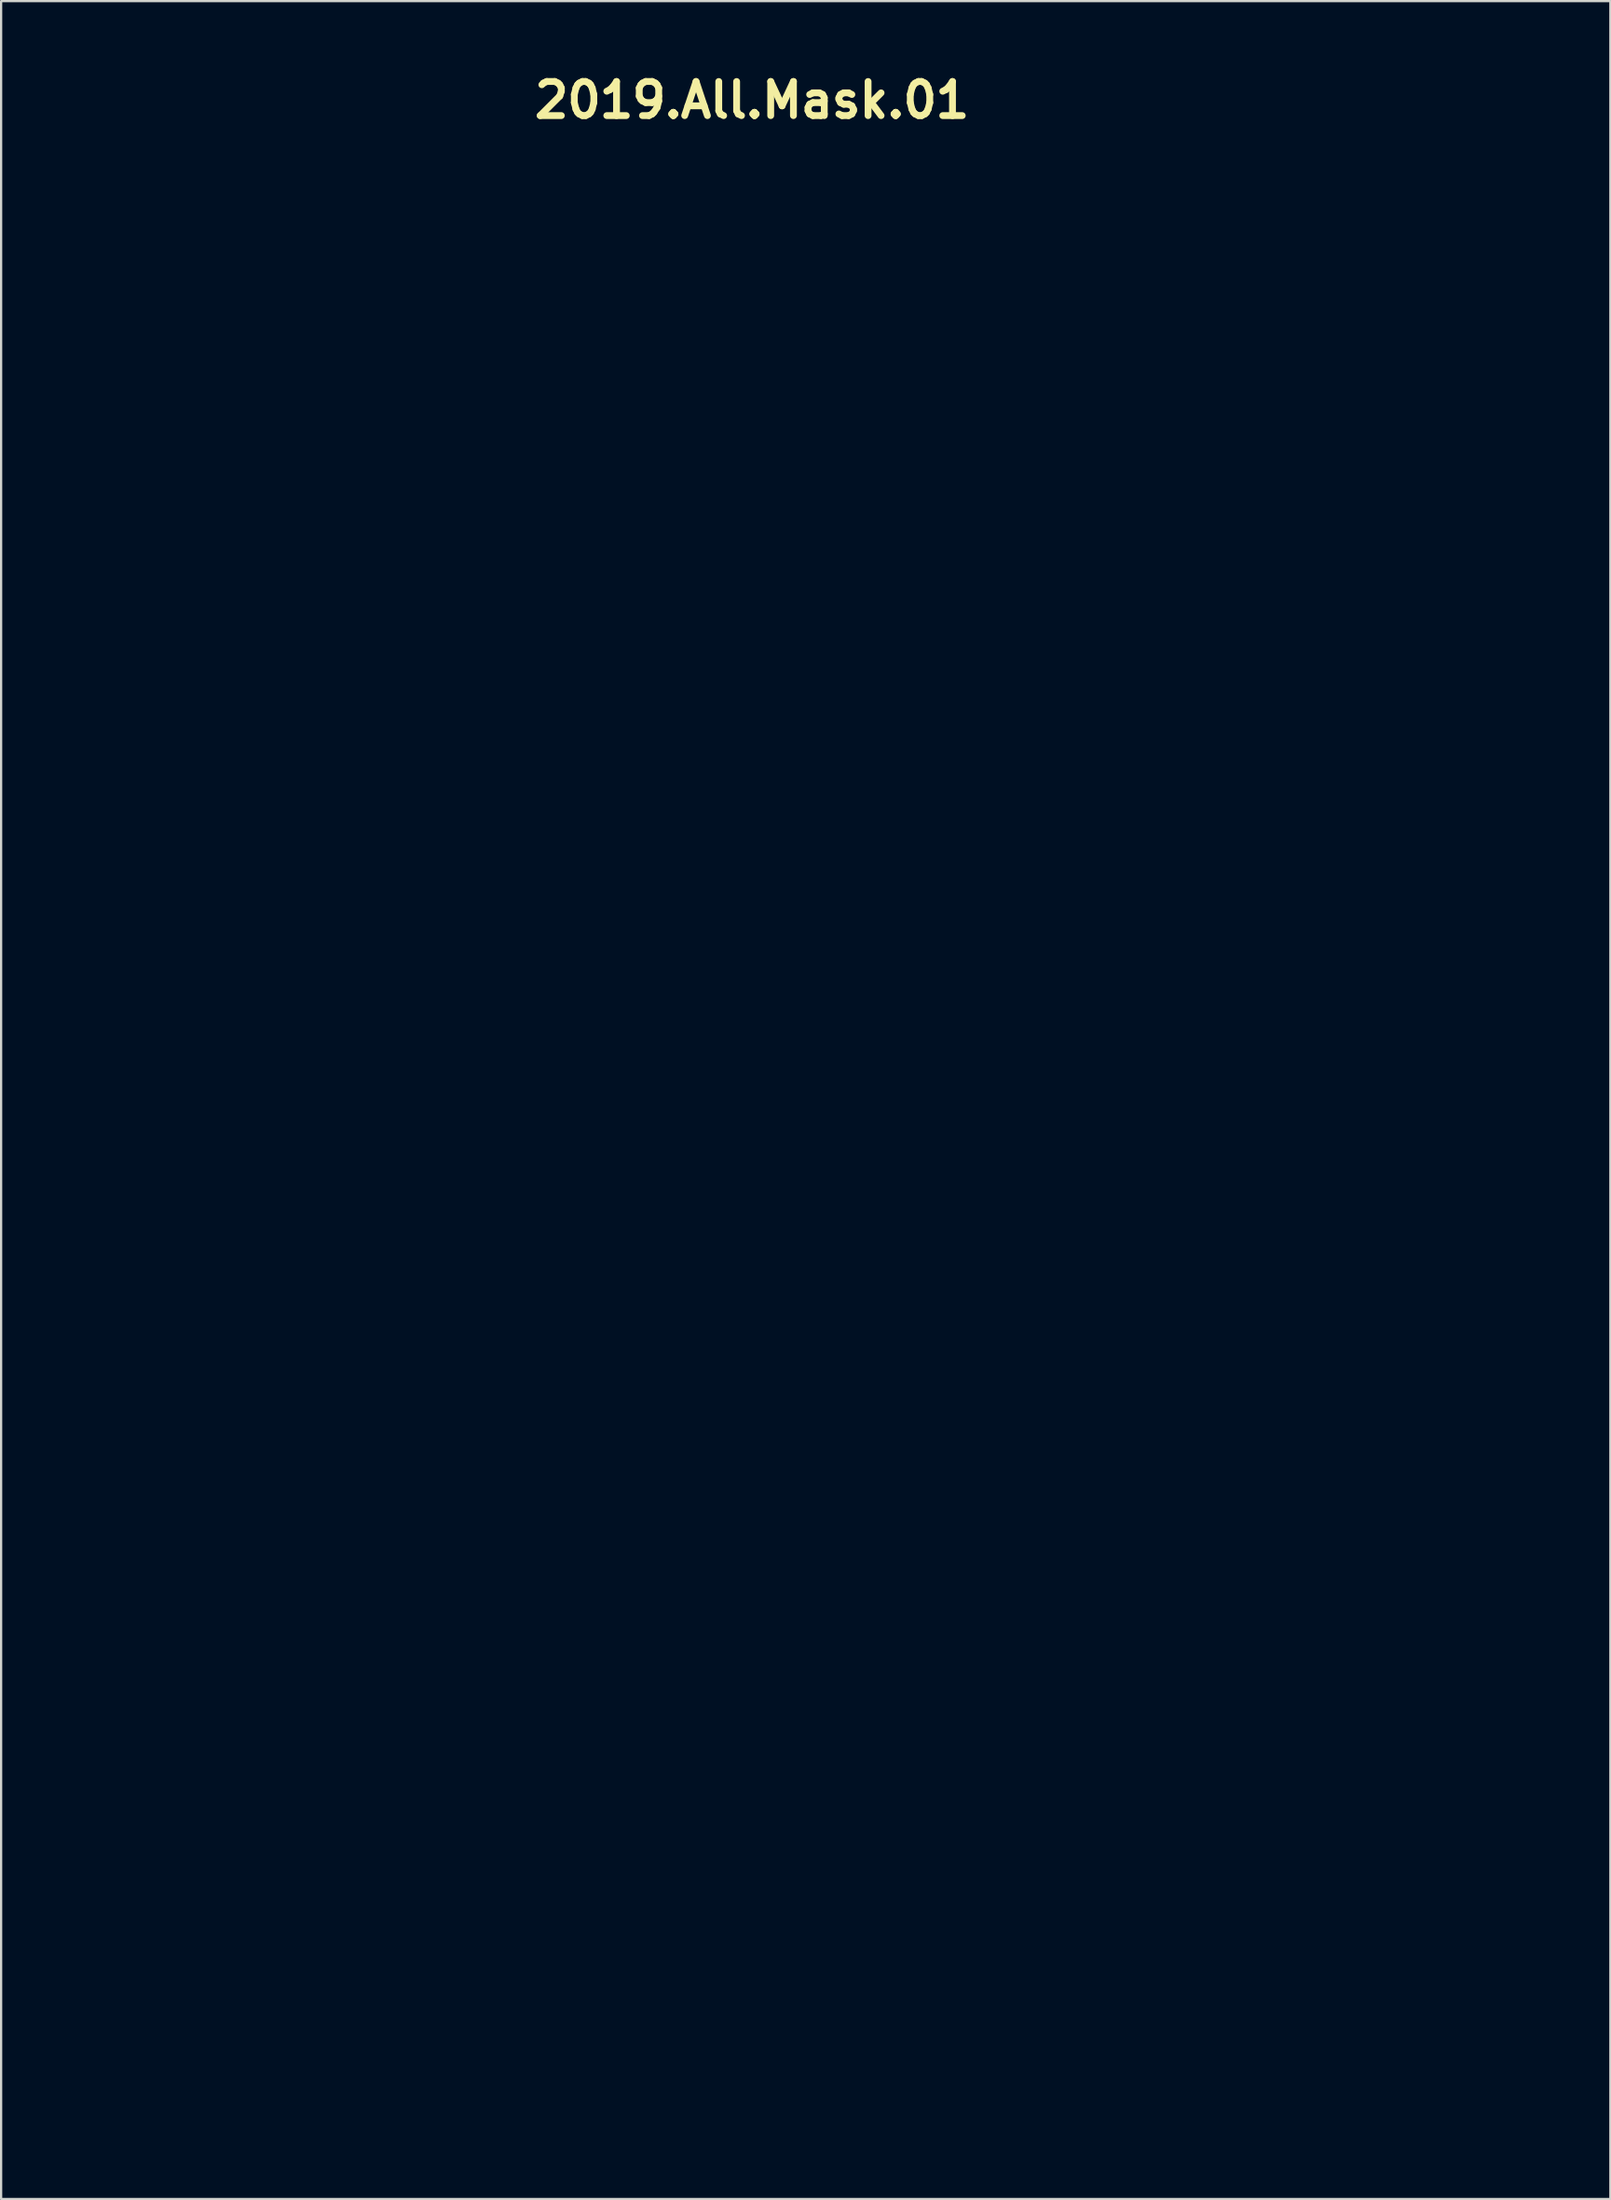
<source format=kicad_pcb>
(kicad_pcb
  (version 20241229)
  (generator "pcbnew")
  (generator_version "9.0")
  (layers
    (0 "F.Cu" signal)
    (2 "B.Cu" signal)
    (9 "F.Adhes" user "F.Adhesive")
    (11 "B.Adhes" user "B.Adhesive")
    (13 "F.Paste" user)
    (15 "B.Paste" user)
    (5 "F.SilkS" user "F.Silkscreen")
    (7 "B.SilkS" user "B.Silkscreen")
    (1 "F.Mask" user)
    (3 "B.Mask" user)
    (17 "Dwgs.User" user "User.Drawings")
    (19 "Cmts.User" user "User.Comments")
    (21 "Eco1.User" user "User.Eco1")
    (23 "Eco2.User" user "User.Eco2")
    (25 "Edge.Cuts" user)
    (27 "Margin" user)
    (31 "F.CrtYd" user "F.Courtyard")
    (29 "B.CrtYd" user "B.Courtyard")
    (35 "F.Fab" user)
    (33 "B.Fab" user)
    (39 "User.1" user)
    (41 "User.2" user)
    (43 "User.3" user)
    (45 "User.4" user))
  (footprint "2019.All.Mask.01"
    (layer "F.Cu")
    (at 30.577 48.353)
    (property "Reference" "2019.All.Mask.01" (at 0 -46.926 0) (layer "F.SilkS") (effects (font (size 1.524 1.524) (thickness 0.305))))
    (attr smd)
    (fp_poly (pts (xy -7.527 5.335) (xy -7.527 4.861) (xy -7.527 4.387) (xy -7.826 4.387) (xy -8.126 4.387) (xy -8.425 4.387) (xy -8.724 4.387) (xy -8.724 4.861) (xy -8.724 5.335) (xy -8.724 5.808) (xy -8.724 6.282) (xy -8.425 6.282) (xy -8.126 6.282) (xy -7.826 6.282) (xy -7.527 6.282) (xy -7.527 5.808) (xy -7.527 5.335)) (stroke (width 0) (type solid)) (fill yes) (layer "F.Mask"))
    (fp_poly (pts (xy -7.527 7.53) (xy -7.527 7.056) (xy -7.527 6.582) (xy -7.826 6.582) (xy -8.126 6.582) (xy -8.425 6.582) (xy -8.724 6.582) (xy -8.724 7.056) (xy -8.724 7.53) (xy -8.724 8.004) (xy -8.724 8.478) (xy -8.425 8.478) (xy -8.126 8.478) (xy -7.826 8.478) (xy -7.527 8.478) (xy -7.527 8.004) (xy -7.527 7.53)) (stroke (width 0) (type solid)) (fill yes) (layer "F.Mask"))
    (fp_poly (pts (xy -5.93 5.335) (xy -5.93 4.861) (xy -5.93 4.387) (xy -6.23 4.387) (xy -6.529 4.387) (xy -6.828 4.387) (xy -7.128 4.387) (xy -7.128 4.861) (xy -7.128 5.335) (xy -7.128 5.808) (xy -7.128 6.282) (xy -6.828 6.282) (xy -6.529 6.282) (xy -6.23 6.282) (xy -5.93 6.282) (xy -5.93 5.808) (xy -5.93 5.335)) (stroke (width 0) (type solid)) (fill yes) (layer "F.Mask"))
    (fp_poly (pts (xy -5.93 7.53) (xy -5.93 7.056) (xy -5.93 6.582) (xy -6.23 6.582) (xy -6.529 6.582) (xy -6.828 6.582) (xy -7.128 6.582) (xy -7.128 7.056) (xy -7.128 7.53) (xy -7.128 8.004) (xy -7.128 8.478) (xy -6.828 8.478) (xy -6.529 8.478) (xy -6.23 8.478) (xy -5.93 8.478) (xy -5.93 8.004) (xy -5.93 7.53)) (stroke (width 0) (type solid)) (fill yes) (layer "F.Mask"))
    (fp_poly (pts (xy -4.334 5.335) (xy -4.334 4.861) (xy -4.334 4.387) (xy -4.633 4.387) (xy -4.933 4.387) (xy -5.232 4.387) (xy -5.531 4.387) (xy -5.531 4.861) (xy -5.531 5.335) (xy -5.531 5.808) (xy -5.531 6.282) (xy -5.232 6.282) (xy -4.933 6.282) (xy -4.633 6.282) (xy -4.334 6.282) (xy -4.334 5.808) (xy -4.334 5.335)) (stroke (width 0) (type solid)) (fill yes) (layer "F.Mask"))
    (fp_poly (pts (xy -4.334 7.53) (xy -4.334 7.056) (xy -4.334 6.582) (xy -4.633 6.582) (xy -4.933 6.582) (xy -5.232 6.582) (xy -5.531 6.582) (xy -5.531 7.056) (xy -5.531 7.53) (xy -5.531 8.004) (xy -5.531 8.478) (xy -5.232 8.478) (xy -4.933 8.478) (xy -4.633 8.478) (xy -4.334 8.478) (xy -4.334 8.004) (xy -4.334 7.53)) (stroke (width 0) (type solid)) (fill yes) (layer "F.Mask"))
    (fp_poly (pts (xy -2.737 5.335) (xy -2.737 4.861) (xy -2.737 4.387) (xy -3.037 4.387) (xy -3.336 4.387) (xy -3.635 4.387) (xy -3.935 4.387) (xy -3.935 4.861) (xy -3.935 5.335) (xy -3.935 5.808) (xy -3.935 6.282) (xy -3.635 6.282) (xy -3.336 6.282) (xy -3.037 6.282) (xy -2.737 6.282) (xy -2.737 5.808) (xy -2.737 5.335)) (stroke (width 0) (type solid)) (fill yes) (layer "F.Mask"))
    (fp_poly (pts (xy -2.737 7.53) (xy -2.737 7.056) (xy -2.737 6.582) (xy -3.037 6.582) (xy -3.336 6.582) (xy -3.635 6.582) (xy -3.935 6.582) (xy -3.935 7.056) (xy -3.935 7.53) (xy -3.935 8.004) (xy -3.935 8.478) (xy -3.635 8.478) (xy -3.336 8.478) (xy -3.037 8.478) (xy -2.737 8.478) (xy -2.737 8.004) (xy -2.737 7.53)) (stroke (width 0) (type solid)) (fill yes) (layer "F.Mask"))
    (fp_poly (pts (xy -1.241 5.335) (xy -1.241 4.861) (xy -1.241 4.387) (xy -1.54 4.387) (xy -1.839 4.387) (xy -2.139 4.387) (xy -2.438 4.387) (xy -2.438 4.861) (xy -2.438 5.335) (xy -2.438 5.808) (xy -2.438 6.282) (xy -2.139 6.282) (xy -1.839 6.282) (xy -1.54 6.282) (xy -1.241 6.282) (xy -1.241 5.808) (xy -1.241 5.335)) (stroke (width 0) (type solid)) (fill yes) (layer "F.Mask"))
    (fp_poly (pts (xy -1.241 7.53) (xy -1.241 7.056) (xy -1.241 6.582) (xy -1.54 6.582) (xy -1.839 6.582) (xy -2.139 6.582) (xy -2.438 6.582) (xy -2.438 7.056) (xy -2.438 7.53) (xy -2.438 8.004) (xy -2.438 8.478) (xy -2.139 8.478) (xy -1.839 8.478) (xy -1.54 8.478) (xy -1.241 8.478) (xy -1.241 8.004) (xy -1.241 7.53)) (stroke (width 0) (type solid)) (fill yes) (layer "F.Mask"))
    (fp_poly (pts (xy 0.356 5.335) (xy 0.356 4.861) (xy 0.356 4.387) (xy 0.056 4.387) (xy -0.243 4.387) (xy -0.542 4.387) (xy -0.842 4.387) (xy -0.842 4.861) (xy -0.842 5.335) (xy -0.842 5.808) (xy -0.842 6.282) (xy -0.542 6.282) (xy -0.243 6.282) (xy 0.056 6.282) (xy 0.356 6.282) (xy 0.356 5.808) (xy 0.356 5.335)) (stroke (width 0) (type solid)) (fill yes) (layer "F.Mask"))
    (fp_poly (pts (xy 0.356 7.53) (xy 0.356 7.056) (xy 0.356 6.582) (xy 0.056 6.582) (xy -0.243 6.582) (xy -0.542 6.582) (xy -0.842 6.582) (xy -0.842 7.056) (xy -0.842 7.53) (xy -0.842 8.004) (xy -0.842 8.478) (xy -0.542 8.478) (xy -0.243 8.478) (xy 0.056 8.478) (xy 0.356 8.478) (xy 0.356 8.004) (xy 0.356 7.53)) (stroke (width 0) (type solid)) (fill yes) (layer "F.Mask"))
    (fp_poly (pts (xy 1.952 5.335) (xy 1.952 4.861) (xy 1.952 4.387) (xy 1.653 4.387) (xy 1.354 4.387) (xy 1.054 4.387) (xy 0.755 4.387) (xy 0.755 4.861) (xy 0.755 5.335) (xy 0.755 5.808) (xy 0.755 6.282) (xy 1.054 6.282) (xy 1.354 6.282) (xy 1.653 6.282) (xy 1.952 6.282) (xy 1.952 5.808) (xy 1.952 5.335)) (stroke (width 0) (type solid)) (fill yes) (layer "F.Mask"))
    (fp_poly (pts (xy 1.952 7.53) (xy 1.952 7.056) (xy 1.952 6.582) (xy 1.653 6.582) (xy 1.354 6.582) (xy 1.054 6.582) (xy 0.755 6.582) (xy 0.755 7.056) (xy 0.755 7.53) (xy 0.755 8.004) (xy 0.755 8.478) (xy 1.054 8.478) (xy 1.354 8.478) (xy 1.653 8.478) (xy 1.952 8.478) (xy 1.952 8.004) (xy 1.952 7.53)) (stroke (width 0) (type solid)) (fill yes) (layer "F.Mask"))
    (fp_poly (pts (xy 3.549 5.335) (xy 3.549 4.861) (xy 3.549 4.387) (xy 3.249 4.387) (xy 2.95 4.387) (xy 2.651 4.387) (xy 2.351 4.387) (xy 2.351 4.861) (xy 2.351 5.335) (xy 2.351 5.808) (xy 2.351 6.282) (xy 2.651 6.282) (xy 2.95 6.282) (xy 3.249 6.282) (xy 3.549 6.282) (xy 3.549 5.808) (xy 3.549 5.335)) (stroke (width 0) (type solid)) (fill yes) (layer "F.Mask"))
    (fp_poly (pts (xy 3.549 7.53) (xy 3.549 7.056) (xy 3.549 6.582) (xy 3.249 6.582) (xy 2.95 6.582) (xy 2.651 6.582) (xy 2.351 6.582) (xy 2.351 7.056) (xy 2.351 7.53) (xy 2.351 8.004) (xy 2.351 8.478) (xy 2.651 8.478) (xy 2.95 8.478) (xy 3.249 8.478) (xy 3.549 8.478) (xy 3.549 8.004) (xy 3.549 7.53)) (stroke (width 0) (type solid)) (fill yes) (layer "F.Mask"))
    (fp_poly (pts (xy 5.145 5.335) (xy 5.145 4.861) (xy 5.145 4.387) (xy 4.846 4.387) (xy 4.547 4.387) (xy 4.247 4.387) (xy 3.948 4.387) (xy 3.948 4.861) (xy 3.948 5.335) (xy 3.948 5.808) (xy 3.948 6.282) (xy 4.247 6.282) (xy 4.547 6.282) (xy 4.846 6.282) (xy 5.145 6.282) (xy 5.145 5.808) (xy 5.145 5.335)) (stroke (width 0) (type solid)) (fill yes) (layer "F.Mask"))
    (fp_poly (pts (xy 5.145 7.53) (xy 5.145 7.056) (xy 5.145 6.582) (xy 4.846 6.582) (xy 4.547 6.582) (xy 4.247 6.582) (xy 3.948 6.582) (xy 3.948 7.056) (xy 3.948 7.53) (xy 3.948 8.004) (xy 3.948 8.478) (xy 4.247 8.478) (xy 4.547 8.478) (xy 4.846 8.478) (xy 5.145 8.478) (xy 5.145 8.004) (xy 5.145 7.53)) (stroke (width 0) (type solid)) (fill yes) (layer "F.Mask"))
    (fp_poly (pts (xy 6.642 5.335) (xy 6.642 4.861) (xy 6.642 4.387) (xy 6.343 4.387) (xy 6.043 4.387) (xy 5.744 4.387) (xy 5.445 4.387) (xy 5.445 4.861) (xy 5.445 5.335) (xy 5.445 5.808) (xy 5.445 6.282) (xy 5.744 6.282) (xy 6.043 6.282) (xy 6.343 6.282) (xy 6.642 6.282) (xy 6.642 5.808) (xy 6.642 5.335)) (stroke (width 0) (type solid)) (fill yes) (layer "F.Mask"))
    (fp_poly (pts (xy 6.642 7.53) (xy 6.642 7.056) (xy 6.642 6.582) (xy 6.343 6.582) (xy 6.043 6.582) (xy 5.744 6.582) (xy 5.445 6.582) (xy 5.445 7.056) (xy 5.445 7.53) (xy 5.445 8.004) (xy 5.445 8.478) (xy 5.744 8.478) (xy 6.043 8.478) (xy 6.343 8.478) (xy 6.642 8.478) (xy 6.642 8.004) (xy 6.642 7.53)) (stroke (width 0) (type solid)) (fill yes) (layer "F.Mask"))
    (fp_poly (pts (xy 8.238 5.335) (xy 8.238 4.861) (xy 8.238 4.387) (xy 7.939 4.387) (xy 7.64 4.387) (xy 7.34 4.387) (xy 7.041 4.387) (xy 7.041 4.861) (xy 7.041 5.335) (xy 7.041 5.808) (xy 7.041 6.282) (xy 7.34 6.282) (xy 7.64 6.282) (xy 7.939 6.282) (xy 8.238 6.282) (xy 8.238 5.808) (xy 8.238 5.335)) (stroke (width 0) (type solid)) (fill yes) (layer "F.Mask"))
    (fp_poly (pts (xy 8.238 7.53) (xy 8.238 7.056) (xy 8.238 6.582) (xy 7.939 6.582) (xy 7.64 6.582) (xy 7.34 6.582) (xy 7.041 6.582) (xy 7.041 7.056) (xy 7.041 7.53) (xy 7.041 8.004) (xy 7.041 8.478) (xy 7.34 8.478) (xy 7.64 8.478) (xy 7.939 8.478) (xy 8.238 8.478) (xy 8.238 8.004) (xy 8.238 7.53)) (stroke (width 0) (type solid)) (fill yes) (layer "F.Mask"))
    (fp_poly (pts (xy 0.304 36.831) (xy 0.365 36.794) (xy 0.42 36.747) (xy 0.47 36.692) (xy 0.513 36.629) (xy 0.548 36.561) (xy 0.575 36.49) (xy 0.591 36.416) (xy 0.597 36.342) (xy 0.59 36.241) (xy 0.571 36.12) (xy 0.541 35.985) (xy 0.502 35.84) (xy 0.455 35.691) (xy 0.402 35.543) (xy 0.345 35.402) (xy 0.284 35.273) (xy 0.25 35.208) (xy 0.217 35.146) (xy 0.186 35.091) (xy 0.158 35.042) (xy 0.133 35.002) (xy 0.112 34.972) (xy 0.097 34.953) (xy 0.087 34.946) (xy 0.058 34.968) (xy 0.016 35.026) (xy -0.036 35.114) (xy -0.094 35.224) (xy -0.154 35.347) (xy -0.212 35.477) (xy -0.264 35.604) (xy -0.306 35.723) (xy -0.348 35.865) (xy -0.38 36.003) (xy -0.402 36.134) (xy -0.415 36.256) (xy -0.418 36.368) (xy -0.41 36.467) (xy -0.392 36.552) (xy -0.364 36.622) (xy -0.331 36.671) (xy -0.284 36.72) (xy -0.227 36.768) (xy -0.164 36.811) (xy -0.098 36.849) (xy -0.033 36.878) (xy 0.029 36.897) (xy 0.084 36.904) (xy 0.102 36.903) (xy 0.124 36.899) (xy 0.15 36.892) (xy 0.178 36.883) (xy 0.209 36.872) (xy 0.241 36.86) (xy 0.273 36.846) (xy 0.304 36.831) (xy 0.304 36.831) (xy 0.304 36.831)) (stroke (width 0) (type solid)) (fill yes) (layer "F.Mask"))
    (fp_poly (pts (xy -18.902 -39.143) (xy -19.893 -39.385) (xy -19.802 -39.36) (xy -19.721 -39.321) (xy -19.653 -39.268) (xy -19.604 -39.202) (xy -19.558 -39.111) (xy -19.527 -39.032) (xy -19.511 -38.962) (xy -19.509 -38.899) (xy -19.523 -38.839) (xy -19.552 -38.78) (xy -19.596 -38.72) (xy -19.657 -38.654) (xy -19.742 -38.583) (xy -19.831 -38.535) (xy -19.922 -38.509) (xy -20.013 -38.506) (xy -20.102 -38.524) (xy -20.186 -38.564) (xy -20.265 -38.625) (xy -20.335 -38.708) (xy -20.336 -38.708) (xy -20.383 -38.79) (xy -20.414 -38.875) (xy -20.428 -38.96) (xy -20.425 -39.044) (xy -20.406 -39.123) (xy -20.372 -39.197) (xy -20.322 -39.263) (xy -20.256 -39.319) (xy -20.174 -39.362) (xy -20.084 -39.386) (xy -19.988 -39.394) (xy -19.893 -39.385) (xy -18.902 -39.143) (xy -18.903 -39.69) (xy -23.043 -39.395) (xy -22.947 -39.387) (xy -22.86 -39.363) (xy -22.783 -39.324) (xy -22.718 -39.271) (xy -22.665 -39.206) (xy -22.626 -39.129) (xy -22.602 -39.042) (xy -22.594 -38.946) (xy -22.602 -38.85) (xy -22.626 -38.763) (xy -22.665 -38.687) (xy -22.718 -38.621) (xy -22.783 -38.569) (xy -22.86 -38.53) (xy -22.947 -38.506) (xy -23.043 -38.497) (xy -23.087 -38.5) (xy -23.133 -38.507) (xy -23.18 -38.518) (xy -23.226 -38.532) (xy -23.269 -38.55) (xy -23.309 -38.571) (xy -23.344 -38.593) (xy -23.372 -38.617) (xy -23.372 -38.617) (xy -23.455 -38.731) (xy -23.495 -38.857) (xy -23.496 -38.986) (xy -23.462 -39.111) (xy -23.396 -39.223) (xy -23.301 -39.313) (xy -23.183 -39.373) (xy -23.043 -39.395) (xy -18.903 -39.69) (xy -21.58 -39.176) (xy -21.509 -39.179) (xy -21.439 -39.16) (xy -21.376 -39.116) (xy -21.333 -39.053) (xy -21.313 -38.984) (xy -21.316 -38.912) (xy -21.339 -38.844) (xy -21.378 -38.785) (xy -21.431 -38.74) (xy -21.496 -38.715) (xy -21.57 -38.716) (xy -21.605 -38.726) (xy -21.64 -38.742) (xy -21.672 -38.764) (xy -21.702 -38.79) (xy -21.728 -38.82) (xy -21.75 -38.853) (xy -21.767 -38.887) (xy -21.777 -38.923) (xy -21.777 -38.923) (xy -21.777 -38.997) (xy -21.752 -39.061) (xy -21.708 -39.115) (xy -21.648 -39.154) (xy -21.58 -39.176) (xy -18.903 -39.69) (xy -18.907 -40.116) (xy -18.917 -40.437) (xy -18.933 -40.673) (xy -18.957 -40.841) (xy -18.993 -40.958) (xy -19.04 -41.043) (xy -19.102 -41.113) (xy -19.174 -41.176) (xy -19.264 -41.224) (xy -19.397 -41.259) (xy -19.593 -41.283) (xy -19.876 -41.299) (xy -20.269 -41.308) (xy -20.794 -41.312) (xy -21.474 -41.313) (xy -22.088 -41.312) (xy -22.584 -41.307) (xy -22.977 -41.298) (xy -23.279 -41.284) (xy -23.506 -41.263) (xy -23.671 -41.236) (xy -23.787 -41.201) (xy -23.869 -41.158) (xy -23.94 -41.102) (xy -23.994 -41.034) (xy -24.034 -40.933) (xy -24.061 -40.777) (xy -24.077 -40.545) (xy -24.086 -40.217) (xy -24.09 -39.772) (xy -24.091 -39.187) (xy -24.091 -38.96) (xy -24.091 -38.733) (xy -24.091 -38.506) (xy -24.091 -38.279) (xy -24.091 -38.052) (xy -24.091 -37.825) (xy -24.091 -37.599) (xy -24.091 -37.372) (xy -23.766 -37.372) (xy -23.442 -37.372) (xy -23.118 -37.372) (xy -22.793 -37.372) (xy -22.469 -37.372) (xy -22.145 -37.372) (xy -21.82 -37.372) (xy -21.496 -37.372) (xy -21.172 -37.372) (xy -20.848 -37.372) (xy -20.523 -37.372) (xy -20.199 -37.372) (xy -19.875 -37.372) (xy -19.55 -37.372) (xy -19.226 -37.372) (xy -18.902 -37.372) (xy -18.902 -37.593) (xy -18.902 -37.814) (xy -18.902 -38.036) (xy -18.902 -38.257) (xy -18.902 -38.479) (xy -18.902 -38.7) (xy -18.902 -38.921) (xy -18.902 -39.143)) (stroke (width 0) (type solid)) (fill yes) (layer "F.Mask"))
    (fp_poly (pts (xy 26.299 39.706) (xy 26.142 37.871) (xy 26.083 37.809) (xy 26.042 37.756) (xy 26.017 37.709) (xy 26.008 37.664) (xy 26.017 37.62) (xy 26.042 37.572) (xy 26.083 37.519) (xy 26.142 37.458) (xy 26.205 37.402) (xy 26.267 37.361) (xy 26.327 37.333) (xy 26.382 37.32) (xy 26.429 37.321) (xy 26.466 37.337) (xy 26.49 37.368) (xy 26.498 37.415) (xy 26.501 37.435) (xy 26.51 37.454) (xy 26.524 37.47) (xy 26.542 37.485) (xy 26.564 37.497) (xy 26.59 37.507) (xy 26.618 37.513) (xy 26.648 37.515) (xy 26.678 37.518) (xy 26.706 37.526) (xy 26.731 37.54) (xy 26.754 37.558) (xy 26.772 37.581) (xy 26.786 37.606) (xy 26.795 37.634) (xy 26.798 37.664) (xy 26.795 37.694) (xy 26.786 37.722) (xy 26.772 37.748) (xy 26.754 37.77) (xy 26.731 37.788) (xy 26.706 37.802) (xy 26.678 37.811) (xy 26.648 37.814) (xy 26.618 37.816) (xy 26.59 37.822) (xy 26.564 37.831) (xy 26.542 37.843) (xy 26.524 37.858) (xy 26.51 37.875) (xy 26.501 37.894) (xy 26.498 37.914) (xy 26.49 37.96) (xy 26.466 37.991) (xy 26.429 38.007) (xy 26.382 38.008) (xy 26.327 37.995) (xy 26.267 37.967) (xy 26.205 37.926) (xy 26.142 37.871) (xy 26.142 37.871) (xy 26.299 39.706) (xy 23.202 37.412) (xy 23.231 37.444) (xy 23.25 37.488) (xy 23.263 37.544) (xy 23.269 37.614) (xy 23.273 37.729) (xy 23.268 37.819) (xy 23.253 37.887) (xy 23.224 37.935) (xy 23.18 37.965) (xy 23.117 37.981) (xy 23.035 37.985) (xy 22.929 37.98) (xy 22.851 37.972) (xy 22.789 37.958) (xy 22.741 37.938) (xy 22.706 37.909) (xy 22.682 37.869) (xy 22.667 37.816) (xy 22.659 37.747) (xy 22.657 37.662) (xy 22.657 37.662) (xy 22.659 37.574) (xy 22.666 37.504) (xy 22.681 37.452) (xy 22.707 37.415) (xy 22.745 37.389) (xy 22.797 37.374) (xy 22.867 37.367) (xy 22.956 37.365) (xy 23.041 37.367) (xy 23.108 37.375) (xy 23.162 37.389) (xy 23.202 37.412) (xy 26.299 39.706) (xy 24.855 37.519) (xy 24.865 37.543) (xy 24.87 37.571) (xy 24.87 37.602) (xy 24.864 37.635) (xy 24.854 37.67) (xy 24.839 37.704) (xy 24.82 37.738) (xy 24.797 37.769) (xy 24.737 37.821) (xy 24.671 37.843) (xy 24.606 37.839) (xy 24.546 37.813) (xy 24.497 37.769) (xy 24.464 37.709) (xy 24.453 37.637) (xy 24.469 37.557) (xy 24.469 37.557) (xy 24.5 37.502) (xy 24.543 37.46) (xy 24.595 37.432) (xy 24.651 37.419) (xy 24.709 37.421) (xy 24.764 37.438) (xy 24.814 37.47) (xy 24.855 37.519) (xy 26.299 39.706) (xy 26.314 39.489) (xy 26.369 39.311) (xy 26.479 39.139) (xy 26.56 39.046) (xy 26.661 38.941) (xy 26.843 38.742) (xy 26.999 38.532) (xy 27.131 38.311) (xy 27.238 38.079) (xy 27.32 37.834) (xy 27.379 37.576) (xy 27.413 37.304) (xy 27.425 37.017) (xy 27.411 36.717) (xy 27.371 36.436) (xy 27.303 36.17) (xy 27.206 35.917) (xy 27.079 35.675) (xy 26.92 35.44) (xy 26.728 35.211) (xy 26.502 34.983) (xy 26.089 34.66) (xy 25.643 34.428) (xy 25.174 34.287) (xy 24.693 34.236) (xy 24.211 34.275) (xy 23.737 34.406) (xy 23.282 34.627) (xy 22.856 34.94) (xy 22.451 35.38) (xy 22.157 35.877) (xy 21.973 36.413) (xy 21.901 36.968) (xy 21.942 37.524) (xy 22.095 38.062) (xy 22.361 38.564) (xy 22.742 39.01) (xy 22.842 39.108) (xy 22.923 39.197) (xy 23.034 39.36) (xy 23.09 39.529) (xy 23.106 39.731) (xy 23.106 39.825) (xy 23.106 39.919) (xy 23.106 40.014) (xy 23.106 40.108) (xy 23.23 40.108) (xy 23.355 40.108) (xy 23.48 40.108) (xy 23.605 40.108) (xy 23.879 40.102) (xy 24.029 40.071) (xy 24.091 39.996) (xy 24.104 39.859) (xy 24.116 39.72) (xy 24.183 39.645) (xy 24.348 39.615) (xy 24.652 39.609) (xy 24.957 39.615) (xy 25.121 39.645) (xy 25.188 39.72) (xy 25.201 39.859) (xy 25.214 39.997) (xy 25.281 40.072) (xy 25.445 40.102) (xy 25.75 40.108) (xy 25.887 40.108) (xy 26.024 40.108) (xy 26.162 40.108) (xy 26.299 40.108) (xy 26.299 40.007) (xy 26.299 39.907) (xy 26.299 39.806) (xy 26.299 39.706)) (stroke (width 0) (type solid)) (fill yes) (layer "F.Mask"))
    (fp_poly (pts (xy 0.512 43.62) (xy 0.782 43.42) (xy 1.047 43.218) (xy 1.305 43.013) (xy 1.557 42.806) (xy 1.803 42.598) (xy 2.043 42.387) (xy 2.276 42.176) (xy 2.501 41.963) (xy 2.72 41.749) (xy 2.932 41.535) (xy 3.135 41.319) (xy 3.332 41.104) (xy 3.52 40.888) (xy 3.7 40.672) (xy 3.872 40.456) (xy 4.035 40.24) (xy 4.109 40.139) (xy 4.178 40.044) (xy 4.243 39.953) (xy 4.304 39.865) (xy 4.361 39.781) (xy 4.416 39.698) (xy 4.468 39.617) (xy 4.519 39.536) (xy 4.568 39.455) (xy 4.616 39.373) (xy 4.664 39.288) (xy 4.711 39.201) (xy 4.76 39.111) (xy 4.81 39.016) (xy 4.861 38.915) (xy 4.914 38.809) (xy 5.054 38.513) (xy 5.177 38.223) (xy 5.282 37.94) (xy 5.369 37.664) (xy 5.439 37.394) (xy 5.491 37.131) (xy 5.525 36.875) (xy 5.542 36.625) (xy 5.541 36.381) (xy 5.522 36.143) (xy 5.485 35.911) (xy 5.431 35.686) (xy 5.359 35.466) (xy 5.27 35.252) (xy 5.162 35.044) (xy 5.038 34.841) (xy 4.833 34.569) (xy 4.605 34.328) (xy 4.357 34.118) (xy 4.091 33.939) (xy 3.81 33.791) (xy 3.517 33.676) (xy 3.214 33.592) (xy 2.905 33.541) (xy 2.593 33.523) (xy 2.279 33.537) (xy 1.968 33.585) (xy 1.661 33.667) (xy 1.362 33.783) (xy 1.074 33.933) (xy 0.799 34.118) (xy 0.539 34.338) (xy 0.53 34.347) (xy 0.521 34.355) (xy 0.512 34.364) (xy 0.503 34.373) (xy 0.494 34.381) (xy 0.485 34.39) (xy 0.476 34.399) (xy 0.467 34.407) (xy 0.458 34.416) (xy 0.448 34.425) (xy 0.439 34.433) (xy 0.43 34.442) (xy 0.421 34.45) (xy 0.412 34.459) (xy 0.403 34.468) (xy 0.394 34.476) (xy 0.406 34.495) (xy 0.417 34.514) (xy 0.429 34.533) (xy 0.441 34.551) (xy 0.453 34.57) (xy 0.464 34.589) (xy 0.476 34.608) (xy 0.488 34.626) (xy 0.5 34.645) (xy 0.512 34.664) (xy 0.523 34.683) (xy 0.535 34.702) (xy 0.547 34.72) (xy 0.559 34.739) (xy 0.57 34.758) (xy 0.582 34.777) (xy 0.641 34.874) (xy 0.697 34.972) (xy 0.749 35.071) (xy 0.797 35.171) (xy 0.843 35.272) (xy 0.884 35.373) (xy 0.922 35.475) (xy 0.957 35.576) (xy 0.987 35.677) (xy 1.014 35.778) (xy 1.037 35.878) (xy 1.056 35.978) (xy 1.07 36.076) (xy 1.081 36.173) (xy 1.088 36.269) (xy 1.09 36.363) (xy 1.09 36.402) (xy 1.089 36.438) (xy 1.088 36.471) (xy 1.086 36.502) (xy 1.084 36.531) (xy 1.08 36.559) (xy 1.076 36.585) (xy 1.07 36.611) (xy 1.063 36.636) (xy 1.055 36.661) (xy 1.046 36.687) (xy 1.035 36.714) (xy 1.023 36.742) (xy 1.009 36.772) (xy 0.993 36.804) (xy 0.976 36.838) (xy 0.893 36.973) (xy 0.797 37.089) (xy 0.689 37.186) (xy 0.571 37.264) (xy 0.445 37.323) (xy 0.313 37.364) (xy 0.178 37.386) (xy 0.041 37.39) (xy -0.095 37.375) (xy -0.228 37.342) (xy -0.357 37.291) (xy -0.48 37.222) (xy -0.593 37.135) (xy -0.696 37.029) (xy -0.786 36.906) (xy -0.861 36.765) (xy -0.877 36.724) (xy -0.891 36.678) (xy -0.903 36.628) (xy -0.912 36.574) (xy -0.92 36.517) (xy -0.925 36.456) (xy -0.928 36.393) (xy -0.928 36.328) (xy -0.926 36.261) (xy -0.923 36.192) (xy -0.916 36.122) (xy -0.908 36.051) (xy -0.897 35.979) (xy -0.884 35.907) (xy -0.869 35.835) (xy -0.852 35.763) (xy -0.835 35.702) (xy -0.815 35.637) (xy -0.791 35.568) (xy -0.765 35.497) (xy -0.737 35.423) (xy -0.706 35.348) (xy -0.673 35.272) (xy -0.639 35.196) (xy -0.604 35.12) (xy -0.568 35.045) (xy -0.531 34.972) (xy -0.493 34.901) (xy -0.456 34.834) (xy -0.419 34.77) (xy -0.382 34.71) (xy -0.346 34.656) (xy -0.338 34.644) (xy -0.33 34.633) (xy -0.322 34.621) (xy -0.315 34.61) (xy -0.307 34.598) (xy -0.299 34.587) (xy -0.291 34.575) (xy -0.283 34.564) (xy -0.275 34.552) (xy -0.267 34.541) (xy -0.259 34.529) (xy -0.252 34.517) (xy -0.244 34.506) (xy -0.236 34.494) (xy -0.228 34.483) (xy -0.22 34.471) (xy -0.233 34.46) (xy -0.245 34.449) (xy -0.258 34.438) (xy -0.27 34.426) (xy -0.283 34.415) (xy -0.295 34.404) (xy -0.308 34.393) (xy -0.32 34.382) (xy -0.333 34.37) (xy -0.345 34.359) (xy -0.358 34.348) (xy -0.37 34.337) (xy -0.383 34.326) (xy -0.395 34.314) (xy -0.408 34.303) (xy -0.42 34.292) (xy -0.637 34.115) (xy -0.864 33.961) (xy -1.1 33.83) (xy -1.344 33.722) (xy -1.594 33.637) (xy -1.849 33.575) (xy -2.107 33.536) (xy -2.367 33.521) (xy -2.627 33.528) (xy -2.886 33.559) (xy -3.143 33.613) (xy -3.395 33.69) (xy -3.642 33.79) (xy -3.881 33.914) (xy -4.113 34.061) (xy -4.334 34.231) (xy -4.463 34.348) (xy -4.584 34.473) (xy -4.699 34.607) (xy -4.806 34.748) (xy -4.906 34.896) (xy -4.997 35.05) (xy -5.079 35.21) (xy -5.152 35.373) (xy -5.217 35.54) (xy -5.271 35.71) (xy -5.316 35.881) (xy -5.351 36.054) (xy -5.375 36.228) (xy -5.388 36.401) (xy -5.39 36.572) (xy -5.381 36.742) (xy -5.326 37.144) (xy -5.236 37.553) (xy -5.11 37.967) (xy -4.95 38.386) (xy -4.756 38.809) (xy -4.529 39.235) (xy -4.269 39.662) (xy -3.977 40.091) (xy -3.654 40.52) (xy -3.3 40.948) (xy -2.916 41.374) (xy -2.503 41.799) (xy -2.061 42.219) (xy -1.59 42.636) (xy -1.092 43.047) (xy -0.567 43.453) (xy -0.44 43.549) (xy -0.331 43.632) (xy -0.238 43.702) (xy -0.159 43.76) (xy -0.091 43.806) (xy -0.033 43.84) (xy 0.017 43.863) (xy 0.063 43.876) (xy 0.106 43.877) (xy 0.148 43.869) (xy 0.192 43.85) (xy 0.24 43.822) (xy 0.293 43.785) (xy 0.355 43.738) (xy 0.427 43.683) (xy 0.512 43.62) (xy 0.512 43.62) (xy 0.512 43.62) (xy 0.512 43.62) (xy 0.512 43.62)) (stroke (width 0) (type solid)) (fill yes) (layer "F.Mask"))
    (fp_poly (pts (xy 34.83 -10.45) (xy 33.789 -13.515) (xy 33.735 -13.587) (xy 33.703 -13.656) (xy 33.692 -13.723) (xy 33.703 -13.791) (xy 33.735 -13.86) (xy 33.789 -13.932) (xy 33.865 -14.007) (xy 33.923 -14.058) (xy 33.971 -14.092) (xy 34.014 -14.11) (xy 34.055 -14.111) (xy 34.098 -14.093) (xy 34.147 -14.057) (xy 34.207 -14.001) (xy 34.28 -13.924) (xy 34.355 -13.843) (xy 34.409 -13.779) (xy 34.443 -13.727) (xy 34.457 -13.682) (xy 34.453 -13.639) (xy 34.43 -13.593) (xy 34.39 -13.54) (xy 34.332 -13.475) (xy 34.258 -13.395) (xy 34.199 -13.338) (xy 34.148 -13.302) (xy 34.102 -13.288) (xy 34.056 -13.295) (xy 34.004 -13.323) (xy 33.942 -13.371) (xy 33.865 -13.44) (xy 33.865 -13.44) (xy 33.865 -13.44) (xy 33.789 -13.515) (xy 34.83 -10.45) (xy 29.95 -14.058) (xy 30.008 -14.007) (xy 30.082 -13.935) (xy 30.135 -13.868) (xy 30.168 -13.805) (xy 30.18 -13.743) (xy 30.172 -13.68) (xy 30.143 -13.613) (xy 30.094 -13.539) (xy 30.025 -13.457) (xy 29.953 -13.381) (xy 29.893 -13.328) (xy 29.839 -13.296) (xy 29.788 -13.287) (xy 29.737 -13.3) (xy 29.681 -13.336) (xy 29.617 -13.394) (xy 29.541 -13.475) (xy 29.541 -13.475) (xy 29.541 -13.475) (xy 29.541 -13.475) (xy 29.541 -13.475) (xy 29.541 -13.475) (xy 29.483 -13.54) (xy 29.442 -13.593) (xy 29.42 -13.639) (xy 29.415 -13.682) (xy 29.43 -13.727) (xy 29.464 -13.779) (xy 29.518 -13.843) (xy 29.592 -13.924) (xy 29.666 -14.001) (xy 29.725 -14.057) (xy 29.775 -14.093) (xy 29.818 -14.111) (xy 29.859 -14.11) (xy 29.902 -14.092) (xy 29.95 -14.058) (xy 34.83 -10.45) (xy 32.106 -13.893) (xy 32.15 -13.831) (xy 32.169 -13.761) (xy 32.166 -13.689) (xy 32.144 -13.621) (xy 32.105 -13.562) (xy 32.051 -13.517) (xy 31.987 -13.492) (xy 31.913 -13.493) (xy 31.877 -13.503) (xy 31.843 -13.52) (xy 31.81 -13.541) (xy 31.78 -13.568) (xy 31.754 -13.597) (xy 31.732 -13.63) (xy 31.716 -13.665) (xy 31.706 -13.7) (xy 31.706 -13.7) (xy 31.705 -13.774) (xy 31.73 -13.839) (xy 31.775 -13.892) (xy 31.834 -13.931) (xy 31.902 -13.953) (xy 31.974 -13.956) (xy 32.044 -13.937) (xy 32.106 -13.893) (xy 34.83 -10.45) (xy 31.209 -15.619) (xy 31.136 -15.765) (xy 31.093 -15.927) (xy 31.081 -16.096) (xy 31.099 -16.267) (xy 31.147 -16.433) (xy 31.225 -16.587) (xy 31.333 -16.722) (xy 31.553 -16.885) (xy 31.792 -16.966) (xy 32.034 -16.972) (xy 32.265 -16.908) (xy 32.47 -16.782) (xy 32.635 -16.599) (xy 32.745 -16.367) (xy 32.785 -16.09) (xy 32.746 -15.812) (xy 32.639 -15.58) (xy 32.477 -15.402) (xy 32.273 -15.282) (xy 32.042 -15.226) (xy 31.796 -15.239) (xy 31.548 -15.327) (xy 31.313 -15.495) (xy 31.313 -15.495) (xy 31.209 -15.619) (xy 34.83 -10.45) (xy 34.925 -10.475) (xy 35.008 -10.503) (xy 35.08 -10.535) (xy 35.142 -10.575) (xy 35.195 -10.628) (xy 35.239 -10.696) (xy 35.276 -10.783) (xy 35.306 -10.892) (xy 35.329 -11.028) (xy 35.347 -11.192) (xy 35.36 -11.39) (xy 35.368 -11.623) (xy 35.374 -11.897) (xy 35.377 -12.214) (xy 35.379 -12.577) (xy 35.379 -12.991) (xy 35.379 -13.263) (xy 35.379 -13.536) (xy 35.379 -13.808) (xy 35.379 -14.081) (xy 35.379 -14.353) (xy 35.379 -14.625) (xy 35.379 -14.898) (xy 35.379 -15.17) (xy 35.329 -15.17) (xy 35.279 -15.17) (xy 35.229 -15.17) (xy 35.179 -15.17) (xy 35.129 -15.17) (xy 35.08 -15.17) (xy 35.03 -15.17) (xy 34.98 -15.17) (xy 34.93 -15.17) (xy 34.88 -15.17) (xy 34.83 -15.17) (xy 34.78 -15.17) (xy 34.73 -15.17) (xy 34.68 -15.17) (xy 34.631 -15.17) (xy 34.581 -15.17) (xy 34.581 -15.276) (xy 34.581 -15.382) (xy 34.581 -15.488) (xy 34.581 -15.594) (xy 34.581 -15.701) (xy 34.581 -15.807) (xy 34.581 -15.913) (xy 34.581 -16.019) (xy 34.581 -16.125) (xy 34.581 -16.231) (xy 34.581 -16.337) (xy 34.581 -16.443) (xy 34.581 -16.549) (xy 34.581 -16.655) (xy 34.581 -16.761) (xy 34.581 -16.867) (xy 34.631 -16.867) (xy 34.68 -16.867) (xy 34.73 -16.867) (xy 34.78 -16.867) (xy 34.83 -16.867) (xy 34.88 -16.867) (xy 34.93 -16.867) (xy 34.98 -16.867) (xy 35.099 -16.868) (xy 35.192 -16.874) (xy 35.262 -16.886) (xy 35.313 -16.907) (xy 35.346 -16.937) (xy 35.367 -16.98) (xy 35.376 -17.036) (xy 35.379 -17.109) (xy 35.374 -17.164) (xy 35.36 -17.222) (xy 35.337 -17.282) (xy 35.306 -17.341) (xy 35.267 -17.4) (xy 35.222 -17.456) (xy 35.172 -17.509) (xy 35.116 -17.558) (xy 35.022 -17.624) (xy 34.906 -17.674) (xy 34.737 -17.711) (xy 34.481 -17.736) (xy 34.106 -17.752) (xy 33.579 -17.76) (xy 32.866 -17.764) (xy 31.936 -17.765) (xy 31.006 -17.764) (xy 30.294 -17.76) (xy 29.767 -17.752) (xy 29.391 -17.736) (xy 29.136 -17.711) (xy 28.966 -17.674) (xy 28.851 -17.624) (xy 28.757 -17.558) (xy 28.701 -17.509) (xy 28.65 -17.456) (xy 28.606 -17.4) (xy 28.567 -17.341) (xy 28.536 -17.282) (xy 28.513 -17.222) (xy 28.499 -17.164) (xy 28.494 -17.109) (xy 28.497 -17.036) (xy 28.506 -16.98) (xy 28.526 -16.937) (xy 28.56 -16.907) (xy 28.61 -16.886) (xy 28.681 -16.874) (xy 28.774 -16.868) (xy 28.893 -16.867) (xy 28.943 -16.867) (xy 28.993 -16.867) (xy 29.043 -16.867) (xy 29.093 -16.867) (xy 29.143 -16.867) (xy 29.192 -16.867) (xy 29.242 -16.867) (xy 29.292 -16.867) (xy 29.292 -16.761) (xy 29.292 -16.655) (xy 29.292 -16.549) (xy 29.292 -16.443) (xy 29.292 -16.337) (xy 29.292 -16.231) (xy 29.292 -16.125) (xy 29.292 -16.019) (xy 29.292 -15.913) (xy 29.292 -15.807) (xy 29.292 -15.7) (xy 29.292 -15.594) (xy 29.292 -15.488) (xy 29.292 -15.382) (xy 29.292 -15.276) (xy 29.292 -15.17) (xy 29.242 -15.17) (xy 29.192 -15.17) (xy 29.143 -15.17) (xy 29.093 -15.17) (xy 29.043 -15.17) (xy 28.993 -15.17) (xy 28.943 -15.17) (xy 28.893 -15.17) (xy 28.843 -15.17) (xy 28.793 -15.17) (xy 28.743 -15.17) (xy 28.694 -15.17) (xy 28.644 -15.17) (xy 28.594 -15.17) (xy 28.544 -15.17) (xy 28.494 -15.17) (xy 28.494 -14.898) (xy 28.494 -14.625) (xy 28.494 -14.353) (xy 28.494 -14.081) (xy 28.494 -13.808) (xy 28.494 -13.536) (xy 28.494 -13.263) (xy 28.494 -12.991) (xy 28.494 -12.622) (xy 28.495 -12.297) (xy 28.496 -12.012) (xy 28.498 -11.765) (xy 28.502 -11.552) (xy 28.507 -11.371) (xy 28.514 -11.218) (xy 28.523 -11.091) (xy 28.535 -10.986) (xy 28.549 -10.9) (xy 28.566 -10.831) (xy 28.586 -10.774) (xy 28.61 -10.728) (xy 28.637 -10.689) (xy 28.668 -10.655) (xy 28.704 -10.621) (xy 28.741 -10.59) (xy 28.783 -10.562) (xy 28.832 -10.538) (xy 28.892 -10.516) (xy 28.966 -10.498) (xy 29.059 -10.482) (xy 29.174 -10.468) (xy 29.314 -10.457) (xy 29.483 -10.448) (xy 29.685 -10.44) (xy 29.922 -10.434) (xy 30.199 -10.428) (xy 30.519 -10.424) (xy 30.885 -10.421) (xy 31.302 -10.418) (xy 31.772 -10.415) (xy 32.064 -10.413) (xy 32.35 -10.412) (xy 32.629 -10.412) (xy 32.898 -10.412) (xy 33.156 -10.413) (xy 33.401 -10.414) (xy 33.633 -10.416) (xy 33.849 -10.418) (xy 34.048 -10.421) (xy 34.229 -10.424) (xy 34.389 -10.427) (xy 34.527 -10.431) (xy 34.642 -10.435) (xy 34.732 -10.44) (xy 34.795 -10.445) (xy 34.83 -10.45) (xy 34.83 -10.45)) (stroke (width 0) (type solid)) (fill yes) (layer "F.Mask"))
    (fp_poly (pts (xy 19.91 -35.331) (xy 18.272 -36.979) (xy 18.282 -36.968) (xy 18.291 -36.956) (xy 18.298 -36.944) (xy 18.304 -36.931) (xy 18.309 -36.917) (xy 18.313 -36.903) (xy 18.315 -36.888) (xy 18.316 -36.873) (xy 18.315 -36.858) (xy 18.313 -36.843) (xy 18.309 -36.828) (xy 18.304 -36.815) (xy 18.298 -36.802) (xy 18.291 -36.789) (xy 18.282 -36.778) (xy 18.272 -36.767) (xy 18.262 -36.757) (xy 18.25 -36.749) (xy 18.238 -36.741) (xy 18.225 -36.735) (xy 18.211 -36.73) (xy 18.197 -36.726) (xy 18.182 -36.724) (xy 18.167 -36.723) (xy 18.151 -36.722) (xy 18.136 -36.72) (xy 18.122 -36.716) (xy 18.108 -36.711) (xy 18.095 -36.705) (xy 18.083 -36.697) (xy 18.072 -36.689) (xy 18.061 -36.679) (xy 18.051 -36.668) (xy 18.043 -36.657) (xy 18.035 -36.645) (xy 18.029 -36.632) (xy 18.024 -36.618) (xy 18.02 -36.603) (xy 18.018 -36.589) (xy 18.017 -36.573) (xy 18.016 -36.558) (xy 18.014 -36.543) (xy 18.01 -36.529) (xy 18.005 -36.515) (xy 17.999 -36.502) (xy 17.991 -36.49) (xy 17.983 -36.478) (xy 17.973 -36.468) (xy 17.962 -36.458) (xy 17.951 -36.449) (xy 17.938 -36.442) (xy 17.925 -36.436) (xy 17.912 -36.431) (xy 17.897 -36.427) (xy 17.882 -36.425) (xy 17.867 -36.424) (xy 17.852 -36.425) (xy 17.837 -36.427) (xy 17.823 -36.431) (xy 17.809 -36.436) (xy 17.796 -36.442) (xy 17.784 -36.449) (xy 17.772 -36.458) (xy 17.761 -36.468) (xy 17.752 -36.478) (xy 17.743 -36.49) (xy 17.736 -36.502) (xy 17.729 -36.515) (xy 17.724 -36.529) (xy 17.721 -36.543) (xy 17.718 -36.558) (xy 17.717 -36.573) (xy 17.717 -36.589) (xy 17.714 -36.603) (xy 17.711 -36.618) (xy 17.706 -36.632) (xy 17.699 -36.645) (xy 17.692 -36.657) (xy 17.683 -36.668) (xy 17.673 -36.679) (xy 17.663 -36.689) (xy 17.651 -36.697) (xy 17.639 -36.705) (xy 17.626 -36.711) (xy 17.612 -36.716) (xy 17.598 -36.72) (xy 17.583 -36.722) (xy 17.568 -36.723) (xy 17.553 -36.724) (xy 17.538 -36.726) (xy 17.523 -36.73) (xy 17.51 -36.735) (xy 17.497 -36.741) (xy 17.484 -36.749) (xy 17.473 -36.757) (xy 17.462 -36.767) (xy 17.452 -36.778) (xy 17.444 -36.789) (xy 17.436 -36.802) (xy 17.43 -36.815) (xy 17.425 -36.828) (xy 17.421 -36.843) (xy 17.419 -36.858) (xy 17.418 -36.873) (xy 17.419 -36.888) (xy 17.421 -36.903) (xy 17.425 -36.917) (xy 17.43 -36.931) (xy 17.436 -36.944) (xy 17.444 -36.956) (xy 17.452 -36.968) (xy 17.462 -36.979) (xy 17.473 -36.988) (xy 17.484 -36.997) (xy 17.497 -37.004) (xy 17.51 -37.011) (xy 17.523 -37.016) (xy 17.538 -37.019) (xy 17.553 -37.022) (xy 17.568 -37.023) (xy 17.583 -37.023) (xy 17.598 -37.026) (xy 17.612 -37.029) (xy 17.626 -37.034) (xy 17.639 -37.041) (xy 17.651 -37.048) (xy 17.663 -37.057) (xy 17.673 -37.066) (xy 17.683 -37.077) (xy 17.692 -37.089) (xy 17.699 -37.101) (xy 17.706 -37.114) (xy 17.711 -37.128) (xy 17.714 -37.142) (xy 17.717 -37.157) (xy 17.717 -37.172) (xy 17.718 -37.187) (xy 17.721 -37.202) (xy 17.724 -37.217) (xy 17.729 -37.23) (xy 17.736 -37.243) (xy 17.743 -37.256) (xy 17.752 -37.267) (xy 17.761 -37.278) (xy 17.772 -37.288) (xy 17.784 -37.296) (xy 17.796 -37.304) (xy 17.809 -37.31) (xy 17.823 -37.315) (xy 17.837 -37.319) (xy 17.852 -37.321) (xy 17.867 -37.322) (xy 17.882 -37.321) (xy 17.897 -37.319) (xy 17.912 -37.315) (xy 17.925 -37.31) (xy 17.938 -37.304) (xy 17.951 -37.296) (xy 17.962 -37.288) (xy 17.973 -37.278) (xy 17.983 -37.267) (xy 17.991 -37.256) (xy 17.999 -37.243) (xy 18.005 -37.23) (xy 18.01 -37.217) (xy 18.014 -37.202) (xy 18.016 -37.187) (xy 18.017 -37.172) (xy 18.018 -37.157) (xy 18.02 -37.142) (xy 18.024 -37.128) (xy 18.029 -37.114) (xy 18.035 -37.101) (xy 18.043 -37.089) (xy 18.051 -37.077) (xy 18.061 -37.066) (xy 18.072 -37.057) (xy 18.083 -37.048) (xy 18.095 -37.041) (xy 18.108 -37.034) (xy 18.122 -37.029) (xy 18.136 -37.026) (xy 18.151 -37.023) (xy 18.167 -37.023) (xy 18.182 -37.022) (xy 18.197 -37.019) (xy 18.211 -37.016) (xy 18.225 -37.011) (xy 18.238 -37.004) (xy 18.25 -36.997) (xy 18.262 -36.988) (xy 18.272 -36.979) (xy 19.91 -35.331) (xy 19.13 -36.947) (xy 19.146 -36.913) (xy 19.156 -36.877) (xy 19.161 -36.841) (xy 19.158 -36.803) (xy 19.148 -36.766) (xy 19.132 -36.732) (xy 19.113 -36.704) (xy 19.091 -36.68) (xy 19.065 -36.66) (xy 19.038 -36.645) (xy 19.01 -36.635) (xy 18.98 -36.629) (xy 18.949 -36.628) (xy 18.919 -36.631) (xy 18.889 -36.639) (xy 18.86 -36.652) (xy 18.833 -36.668) (xy 18.808 -36.69) (xy 18.785 -36.715) (xy 18.765 -36.745) (xy 18.749 -36.78) (xy 18.749 -36.78) (xy 18.743 -36.796) (xy 18.739 -36.813) (xy 18.736 -36.831) (xy 18.734 -36.849) (xy 18.734 -36.867) (xy 18.734 -36.886) (xy 18.736 -36.904) (xy 18.739 -36.922) (xy 18.743 -36.94) (xy 18.748 -36.957) (xy 18.753 -36.974) (xy 18.76 -36.99) (xy 18.768 -37.006) (xy 18.777 -37.02) (xy 18.787 -37.033) (xy 18.798 -37.045) (xy 18.826 -37.068) (xy 18.857 -37.082) (xy 18.89 -37.09) (xy 18.924 -37.09) (xy 18.958 -37.084) (xy 18.992 -37.072) (xy 19.025 -37.055) (xy 19.056 -37.034) (xy 19.084 -37.008) (xy 19.109 -36.979) (xy 19.13 -36.947) (xy 19.91 -35.331) (xy 19.882 -35.392) (xy 19.866 -35.448) (xy 19.813 -36.573) (xy 19.812 -36.589) (xy 19.811 -36.603) (xy 19.808 -36.618) (xy 19.805 -36.631) (xy 19.801 -36.645) (xy 19.796 -36.657) (xy 19.79 -36.668) (xy 19.784 -36.679) (xy 19.776 -36.689) (xy 19.769 -36.697) (xy 19.761 -36.705) (xy 19.752 -36.711) (xy 19.743 -36.716) (xy 19.733 -36.72) (xy 19.723 -36.722) (xy 19.713 -36.723) (xy 19.703 -36.724) (xy 19.693 -36.726) (xy 19.684 -36.73) (xy 19.674 -36.735) (xy 19.666 -36.741) (xy 19.657 -36.749) (xy 19.65 -36.757) (xy 19.643 -36.767) (xy 19.636 -36.778) (xy 19.631 -36.789) (xy 19.625 -36.802) (xy 19.621 -36.815) (xy 19.618 -36.828) (xy 19.615 -36.843) (xy 19.614 -36.857) (xy 19.613 -36.873) (xy 19.614 -36.888) (xy 19.615 -36.903) (xy 19.618 -36.917) (xy 19.621 -36.931) (xy 19.625 -36.944) (xy 19.631 -36.956) (xy 19.636 -36.968) (xy 19.643 -36.978) (xy 19.65 -36.988) (xy 19.657 -36.997) (xy 19.666 -37.004) (xy 19.674 -37.011) (xy 19.684 -37.016) (xy 19.693 -37.019) (xy 19.703 -37.022) (xy 19.713 -37.022) (xy 19.723 -37.023) (xy 19.733 -37.026) (xy 19.743 -37.029) (xy 19.752 -37.034) (xy 19.761 -37.041) (xy 19.769 -37.048) (xy 19.776 -37.057) (xy 19.784 -37.066) (xy 19.79 -37.077) (xy 19.796 -37.089) (xy 19.801 -37.101) (xy 19.805 -37.114) (xy 19.808 -37.128) (xy 19.811 -37.142) (xy 19.812 -37.157) (xy 19.813 -37.172) (xy 19.815 -37.209) (xy 19.823 -37.241) (xy 19.835 -37.266) (xy 19.851 -37.287) (xy 19.871 -37.302) (xy 19.895 -37.312) (xy 19.921 -37.316) (xy 19.95 -37.315) (xy 19.982 -37.309) (xy 20.016 -37.297) (xy 20.051 -37.28) (xy 20.088 -37.259) (xy 20.125 -37.232) (xy 20.163 -37.2) (xy 20.202 -37.163) (xy 20.24 -37.121) (xy 20.277 -37.078) (xy 20.309 -37.039) (xy 20.336 -37.005) (xy 20.359 -36.974) (xy 20.376 -36.946) (xy 20.388 -36.921) (xy 20.396 -36.896) (xy 20.398 -36.873) (xy 20.396 -36.849) (xy 20.388 -36.825) (xy 20.376 -36.799) (xy 20.359 -36.771) (xy 20.336 -36.741) (xy 20.309 -36.707) (xy 20.277 -36.668) (xy 20.24 -36.624) (xy 20.202 -36.583) (xy 20.163 -36.546) (xy 20.125 -36.514) (xy 20.088 -36.487) (xy 20.051 -36.465) (xy 20.016 -36.448) (xy 19.982 -36.437) (xy 19.95 -36.431) (xy 19.921 -36.43) (xy 19.895 -36.434) (xy 19.871 -36.444) (xy 19.851 -36.459) (xy 19.835 -36.479) (xy 19.823 -36.505) (xy 19.815 -36.536) (xy 19.813 -36.573) (xy 19.813 -36.573) (xy 19.866 -35.448) (xy 19.864 -35.504) (xy 19.877 -35.561) (xy 19.906 -35.624) (xy 19.953 -35.696) (xy 20.018 -35.779) (xy 20.102 -35.878) (xy 20.394 -36.318) (xy 20.485 -36.548) (xy 20.539 -36.78) (xy 20.56 -37.011) (xy 20.548 -37.239) (xy 20.505 -37.459) (xy 20.431 -37.669) (xy 20.329 -37.867) (xy 20.199 -38.048) (xy 20.043 -38.209) (xy 19.863 -38.348) (xy 19.659 -38.462) (xy 19.433 -38.547) (xy 19.186 -38.6) (xy 18.92 -38.619) (xy 18.671 -38.6) (xy 18.438 -38.547) (xy 18.224 -38.463) (xy 18.029 -38.35) (xy 17.855 -38.213) (xy 17.704 -38.054) (xy 17.576 -37.876) (xy 17.473 -37.683) (xy 17.397 -37.477) (xy 17.349 -37.263) (xy 17.331 -37.043) (xy 17.344 -36.821) (xy 17.389 -36.6) (xy 17.468 -36.382) (xy 17.582 -36.172) (xy 17.733 -35.972) (xy 17.816 -35.875) (xy 17.881 -35.789) (xy 17.93 -35.712) (xy 17.963 -35.64) (xy 17.983 -35.571) (xy 17.99 -35.502) (xy 17.986 -35.431) (xy 17.97 -35.353) (xy 17.949 -35.267) (xy 17.936 -35.204) (xy 17.932 -35.163) (xy 17.938 -35.143) (xy 17.956 -35.144) (xy 17.987 -35.163) (xy 18.032 -35.2) (xy 18.092 -35.254) (xy 18.235 -35.331) (xy 18.451 -35.388) (xy 18.715 -35.423) (xy 18.998 -35.438) (xy 19.273 -35.431) (xy 19.513 -35.402) (xy 19.69 -35.35) (xy 19.777 -35.276) (xy 19.79 -35.246) (xy 19.806 -35.218) (xy 19.825 -35.193) (xy 19.845 -35.171) (xy 19.865 -35.152) (xy 19.886 -35.138) (xy 19.907 -35.13) (xy 19.927 -35.127) (xy 19.944 -35.131) (xy 19.955 -35.142) (xy 19.96 -35.161) (xy 19.961 -35.186) (xy 19.956 -35.216) (xy 19.946 -35.251) (xy 19.93 -35.29) (xy 19.91 -35.331) (xy 19.91 -35.331)) (stroke (width 0) (type solid)) (fill yes) (layer "F.Mask"))
    (fp_poly (pts (xy -24.993 27.904) (xy -27.492 26.958) (xy -27.468 26.969) (xy -27.448 26.983) (xy -27.432 26.998) (xy -27.422 27.015) (xy -27.416 27.034) (xy -27.414 27.054) (xy -27.417 27.075) (xy -27.425 27.098) (xy -27.437 27.122) (xy -27.452 27.147) (xy -27.473 27.172) (xy -27.497 27.198) (xy -27.518 27.215) (xy -27.543 27.228) (xy -27.57 27.236) (xy -27.6 27.24) (xy -27.631 27.241) (xy -27.663 27.238) (xy -27.696 27.232) (xy -27.729 27.222) (xy -27.761 27.21) (xy -27.792 27.195) (xy -27.821 27.178) (xy -27.848 27.158) (xy -27.872 27.137) (xy -27.892 27.113) (xy -27.908 27.088) (xy -27.92 27.062) (xy -27.92 27.062) (xy -27.923 27.047) (xy -27.922 27.034) (xy -27.917 27.021) (xy -27.91 27.009) (xy -27.899 26.998) (xy -27.886 26.988) (xy -27.869 26.978) (xy -27.851 26.97) (xy -27.83 26.962) (xy -27.807 26.956) (xy -27.783 26.95) (xy -27.756 26.945) (xy -27.729 26.942) (xy -27.7 26.939) (xy -27.671 26.938) (xy -27.641 26.937) (xy -27.596 26.938) (xy -27.557 26.942) (xy -27.522 26.949) (xy -27.492 26.958) (xy -24.993 27.904) (xy -26.518 26.858) (xy -26.506 26.868) (xy -26.495 26.878) (xy -26.485 26.889) (xy -26.475 26.901) (xy -26.467 26.914) (xy -26.461 26.928) (xy -26.455 26.942) (xy -26.451 26.956) (xy -26.449 26.971) (xy -26.448 26.987) (xy -26.449 27.002) (xy -26.451 27.018) (xy -26.455 27.033) (xy -26.461 27.049) (xy -26.469 27.064) (xy -26.477 27.078) (xy -26.487 27.092) (xy -26.498 27.105) (xy -26.509 27.117) (xy -26.522 27.128) (xy -26.536 27.137) (xy -26.55 27.146) (xy -26.564 27.152) (xy -26.579 27.157) (xy -26.594 27.16) (xy -26.61 27.161) (xy -26.625 27.16) (xy -26.641 27.157) (xy -26.656 27.152) (xy -26.672 27.146) (xy -26.687 27.137) (xy -26.701 27.128) (xy -26.715 27.117) (xy -26.728 27.105) (xy -26.74 27.092) (xy -26.751 27.078) (xy -26.76 27.064) (xy -26.769 27.049) (xy -26.775 27.033) (xy -26.78 27.018) (xy -26.783 27.002) (xy -26.784 26.987) (xy -26.785 26.987) (xy -26.783 26.971) (xy -26.78 26.956) (xy -26.775 26.942) (xy -26.768 26.928) (xy -26.759 26.914) (xy -26.749 26.901) (xy -26.738 26.889) (xy -26.725 26.878) (xy -26.711 26.868) (xy -26.697 26.858) (xy -26.682 26.85) (xy -26.667 26.844) (xy -26.651 26.838) (xy -26.635 26.834) (xy -26.619 26.832) (xy -26.604 26.831) (xy -26.588 26.832) (xy -26.573 26.834) (xy -26.559 26.838) (xy -26.545 26.844) (xy -26.531 26.85) (xy -26.518 26.858) (xy -24.993 27.904) (xy -28.492 27.045) (xy -28.499 27.058) (xy -28.506 27.07) (xy -28.515 27.082) (xy -28.525 27.092) (xy -28.535 27.102) (xy -28.547 27.111) (xy -28.559 27.118) (xy -28.572 27.125) (xy -28.586 27.13) (xy -28.6 27.133) (xy -28.615 27.136) (xy -28.63 27.136) (xy -28.645 27.136) (xy -28.66 27.133) (xy -28.675 27.13) (xy -28.688 27.125) (xy -28.701 27.118) (xy -28.714 27.111) (xy -28.725 27.102) (xy -28.736 27.092) (xy -28.746 27.082) (xy -28.754 27.07) (xy -28.762 27.058) (xy -28.768 27.045) (xy -28.773 27.031) (xy -28.777 27.017) (xy -28.779 27.002) (xy -28.78 26.987) (xy -28.779 26.972) (xy -28.777 26.957) (xy -28.773 26.942) (xy -28.768 26.929) (xy -28.762 26.916) (xy -28.754 26.903) (xy -28.746 26.892) (xy -28.736 26.881) (xy -28.725 26.871) (xy -28.714 26.863) (xy -28.701 26.855) (xy -28.688 26.849) (xy -28.675 26.844) (xy -28.66 26.84) (xy -28.645 26.838) (xy -28.63 26.837) (xy -28.615 26.838) (xy -28.6 26.84) (xy -28.586 26.844) (xy -28.572 26.849) (xy -28.559 26.855) (xy -28.547 26.863) (xy -28.535 26.871) (xy -28.525 26.881) (xy -28.515 26.892) (xy -28.506 26.903) (xy -28.499 26.916) (xy -28.492 26.929) (xy -28.487 26.942) (xy -28.484 26.957) (xy -28.481 26.972) (xy -28.481 26.987) (xy -28.481 27.002) (xy -28.484 27.017) (xy -28.487 27.031) (xy -28.492 27.045) (xy -24.993 27.904) (xy -24.96 27.867) (xy -24.929 27.829) (xy -24.899 27.791) (xy -24.87 27.751) (xy -24.843 27.71) (xy -24.818 27.668) (xy -24.795 27.625) (xy -24.774 27.581) (xy -24.755 27.537) (xy -24.738 27.491) (xy -24.724 27.444) (xy -24.712 27.397) (xy -24.702 27.348) (xy -24.695 27.299) (xy -24.691 27.249) (xy -24.689 27.198) (xy -24.694 27.113) (xy -24.709 27.027) (xy -24.732 26.941) (xy -24.763 26.856) (xy -24.801 26.772) (xy -24.847 26.691) (xy -24.898 26.614) (xy -24.954 26.541) (xy -25.015 26.472) (xy -25.08 26.41) (xy -25.149 26.354) (xy -25.22 26.306) (xy -25.292 26.266) (xy -25.366 26.235) (xy -25.441 26.214) (xy -25.515 26.204) (xy -25.549 26.202) (xy -25.581 26.2) (xy -25.612 26.197) (xy -25.641 26.194) (xy -25.668 26.19) (xy -25.693 26.185) (xy -25.717 26.179) (xy -25.738 26.172) (xy -25.757 26.164) (xy -25.774 26.155) (xy -25.788 26.144) (xy -25.8 26.131) (xy -25.81 26.116) (xy -25.816 26.1) (xy -25.821 26.081) (xy -25.822 26.06) (xy -25.823 26.04) (xy -25.826 26.017) (xy -25.832 25.99) (xy -25.839 25.96) (xy -25.849 25.928) (xy -25.86 25.894) (xy -25.874 25.858) (xy -25.889 25.821) (xy -25.906 25.782) (xy -25.925 25.744) (xy -25.946 25.705) (xy -25.969 25.666) (xy -25.993 25.627) (xy -26.019 25.59) (xy -26.046 25.554) (xy -26.075 25.52) (xy -26.119 25.472) (xy -26.16 25.429) (xy -26.2 25.391) (xy -26.238 25.357) (xy -26.276 25.326) (xy -26.314 25.3) (xy -26.353 25.277) (xy -26.392 25.257) (xy -26.433 25.24) (xy -26.475 25.226) (xy -26.52 25.214) (xy -26.568 25.205) (xy -26.62 25.198) (xy -26.675 25.192) (xy -26.734 25.189) (xy -26.799 25.187) (xy -26.822 25.187) (xy -26.846 25.188) (xy -26.87 25.19) (xy -26.896 25.193) (xy -26.922 25.196) (xy -26.948 25.2) (xy -26.975 25.203) (xy -27.002 25.207) (xy -27.03 25.21) (xy -27.057 25.212) (xy -27.085 25.214) (xy -27.112 25.215) (xy -27.139 25.215) (xy -27.166 25.213) (xy -27.192 25.21) (xy -27.218 25.205) (xy -27.244 25.198) (xy -27.268 25.189) (xy -27.293 25.179) (xy -27.316 25.167) (xy -27.339 25.155) (xy -27.361 25.141) (xy -27.383 25.127) (xy -27.404 25.112) (xy -27.425 25.097) (xy -27.445 25.083) (xy -27.464 25.068) (xy -27.483 25.054) (xy -27.501 25.041) (xy -27.519 25.029) (xy -27.536 25.018) (xy -27.553 25.009) (xy -27.636 24.97) (xy -27.724 24.936) (xy -27.816 24.908) (xy -27.911 24.885) (xy -28.009 24.868) (xy -28.109 24.856) (xy -28.21 24.849) (xy -28.31 24.848) (xy -28.41 24.852) (xy -28.508 24.862) (xy -28.604 24.877) (xy -28.696 24.897) (xy -28.785 24.922) (xy -28.868 24.953) (xy -28.945 24.989) (xy -29.016 25.031) (xy -29.078 25.075) (xy -29.139 25.124) (xy -29.2 25.177) (xy -29.259 25.234) (xy -29.316 25.294) (xy -29.371 25.356) (xy -29.422 25.421) (xy -29.471 25.486) (xy -29.515 25.551) (xy -29.555 25.617) (xy -29.591 25.681) (xy -29.62 25.743) (xy -29.645 25.804) (xy -29.663 25.861) (xy -29.674 25.915) (xy -29.678 25.964) (xy -29.679 25.982) (xy -29.682 26.001) (xy -29.686 26.019) (xy -29.692 26.038) (xy -29.699 26.056) (xy -29.708 26.073) (xy -29.717 26.09) (xy -29.727 26.106) (xy -29.738 26.121) (xy -29.749 26.134) (xy -29.76 26.146) (xy -29.772 26.157) (xy -29.783 26.165) (xy -29.794 26.171) (xy -29.805 26.175) (xy -29.815 26.176) (xy -29.825 26.178) (xy -29.839 26.182) (xy -29.854 26.188) (xy -29.872 26.197) (xy -29.892 26.208) (xy -29.914 26.222) (xy -29.937 26.238) (xy -29.963 26.256) (xy -29.99 26.277) (xy -30.019 26.299) (xy -30.049 26.324) (xy -30.081 26.35) (xy -30.114 26.379) (xy -30.148 26.409) (xy -30.184 26.441) (xy -30.22 26.475) (xy -30.305 26.561) (xy -30.377 26.644) (xy -30.436 26.725) (xy -30.484 26.805) (xy -30.521 26.882) (xy -30.548 26.959) (xy -30.565 27.033) (xy -30.575 27.107) (xy -30.577 27.18) (xy -30.573 27.252) (xy -30.563 27.324) (xy -30.549 27.396) (xy -30.531 27.467) (xy -30.509 27.539) (xy -30.486 27.611) (xy -30.462 27.683) (xy -30.443 27.728) (xy -30.42 27.772) (xy -30.391 27.815) (xy -30.358 27.857) (xy -30.322 27.899) (xy -30.283 27.938) (xy -30.242 27.976) (xy -30.2 28.011) (xy -30.156 28.044) (xy -30.113 28.074) (xy -30.071 28.101) (xy -30.029 28.124) (xy -29.99 28.144) (xy -29.954 28.16) (xy -29.921 28.171) (xy -29.892 28.178) (xy -29.749 28.199) (xy -29.59 28.215) (xy -29.418 28.228) (xy -29.237 28.238) (xy -29.051 28.245) (xy -28.863 28.249) (xy -28.676 28.251) (xy -28.494 28.251) (xy -28.321 28.25) (xy -28.159 28.248) (xy -28.013 28.246) (xy -27.885 28.242) (xy -27.78 28.239) (xy -27.701 28.237) (xy -27.65 28.235) (xy -27.633 28.235) (xy -27.501 28.235) (xy -27.369 28.235) (xy -27.237 28.235) (xy -27.105 28.236) (xy -26.973 28.236) (xy -26.841 28.236) (xy -26.709 28.237) (xy -26.577 28.237) (xy -26.446 28.237) (xy -26.314 28.237) (xy -26.182 28.238) (xy -26.05 28.238) (xy -25.918 28.238) (xy -25.786 28.238) (xy -25.654 28.239) (xy -25.522 28.239) (xy -25.491 28.225) (xy -25.459 28.211) (xy -25.427 28.196) (xy -25.395 28.182) (xy -25.362 28.166) (xy -25.329 28.15) (xy -25.296 28.133) (xy -25.263 28.115) (xy -25.229 28.096) (xy -25.196 28.074) (xy -25.162 28.052) (xy -25.128 28.027) (xy -25.094 28) (xy -25.06 27.971) (xy -25.027 27.939) (xy -24.993 27.904) (xy -24.993 27.904)) (stroke (width 0) (type solid)) (fill yes) (layer "F.Mask")))
  (gr_rect
    (start -3 -3)
    (end 68.956 95.23)
    (stroke (width 0.1) (type default))
    (fill no)
    (layer "Edge.Cuts")))
</source>
